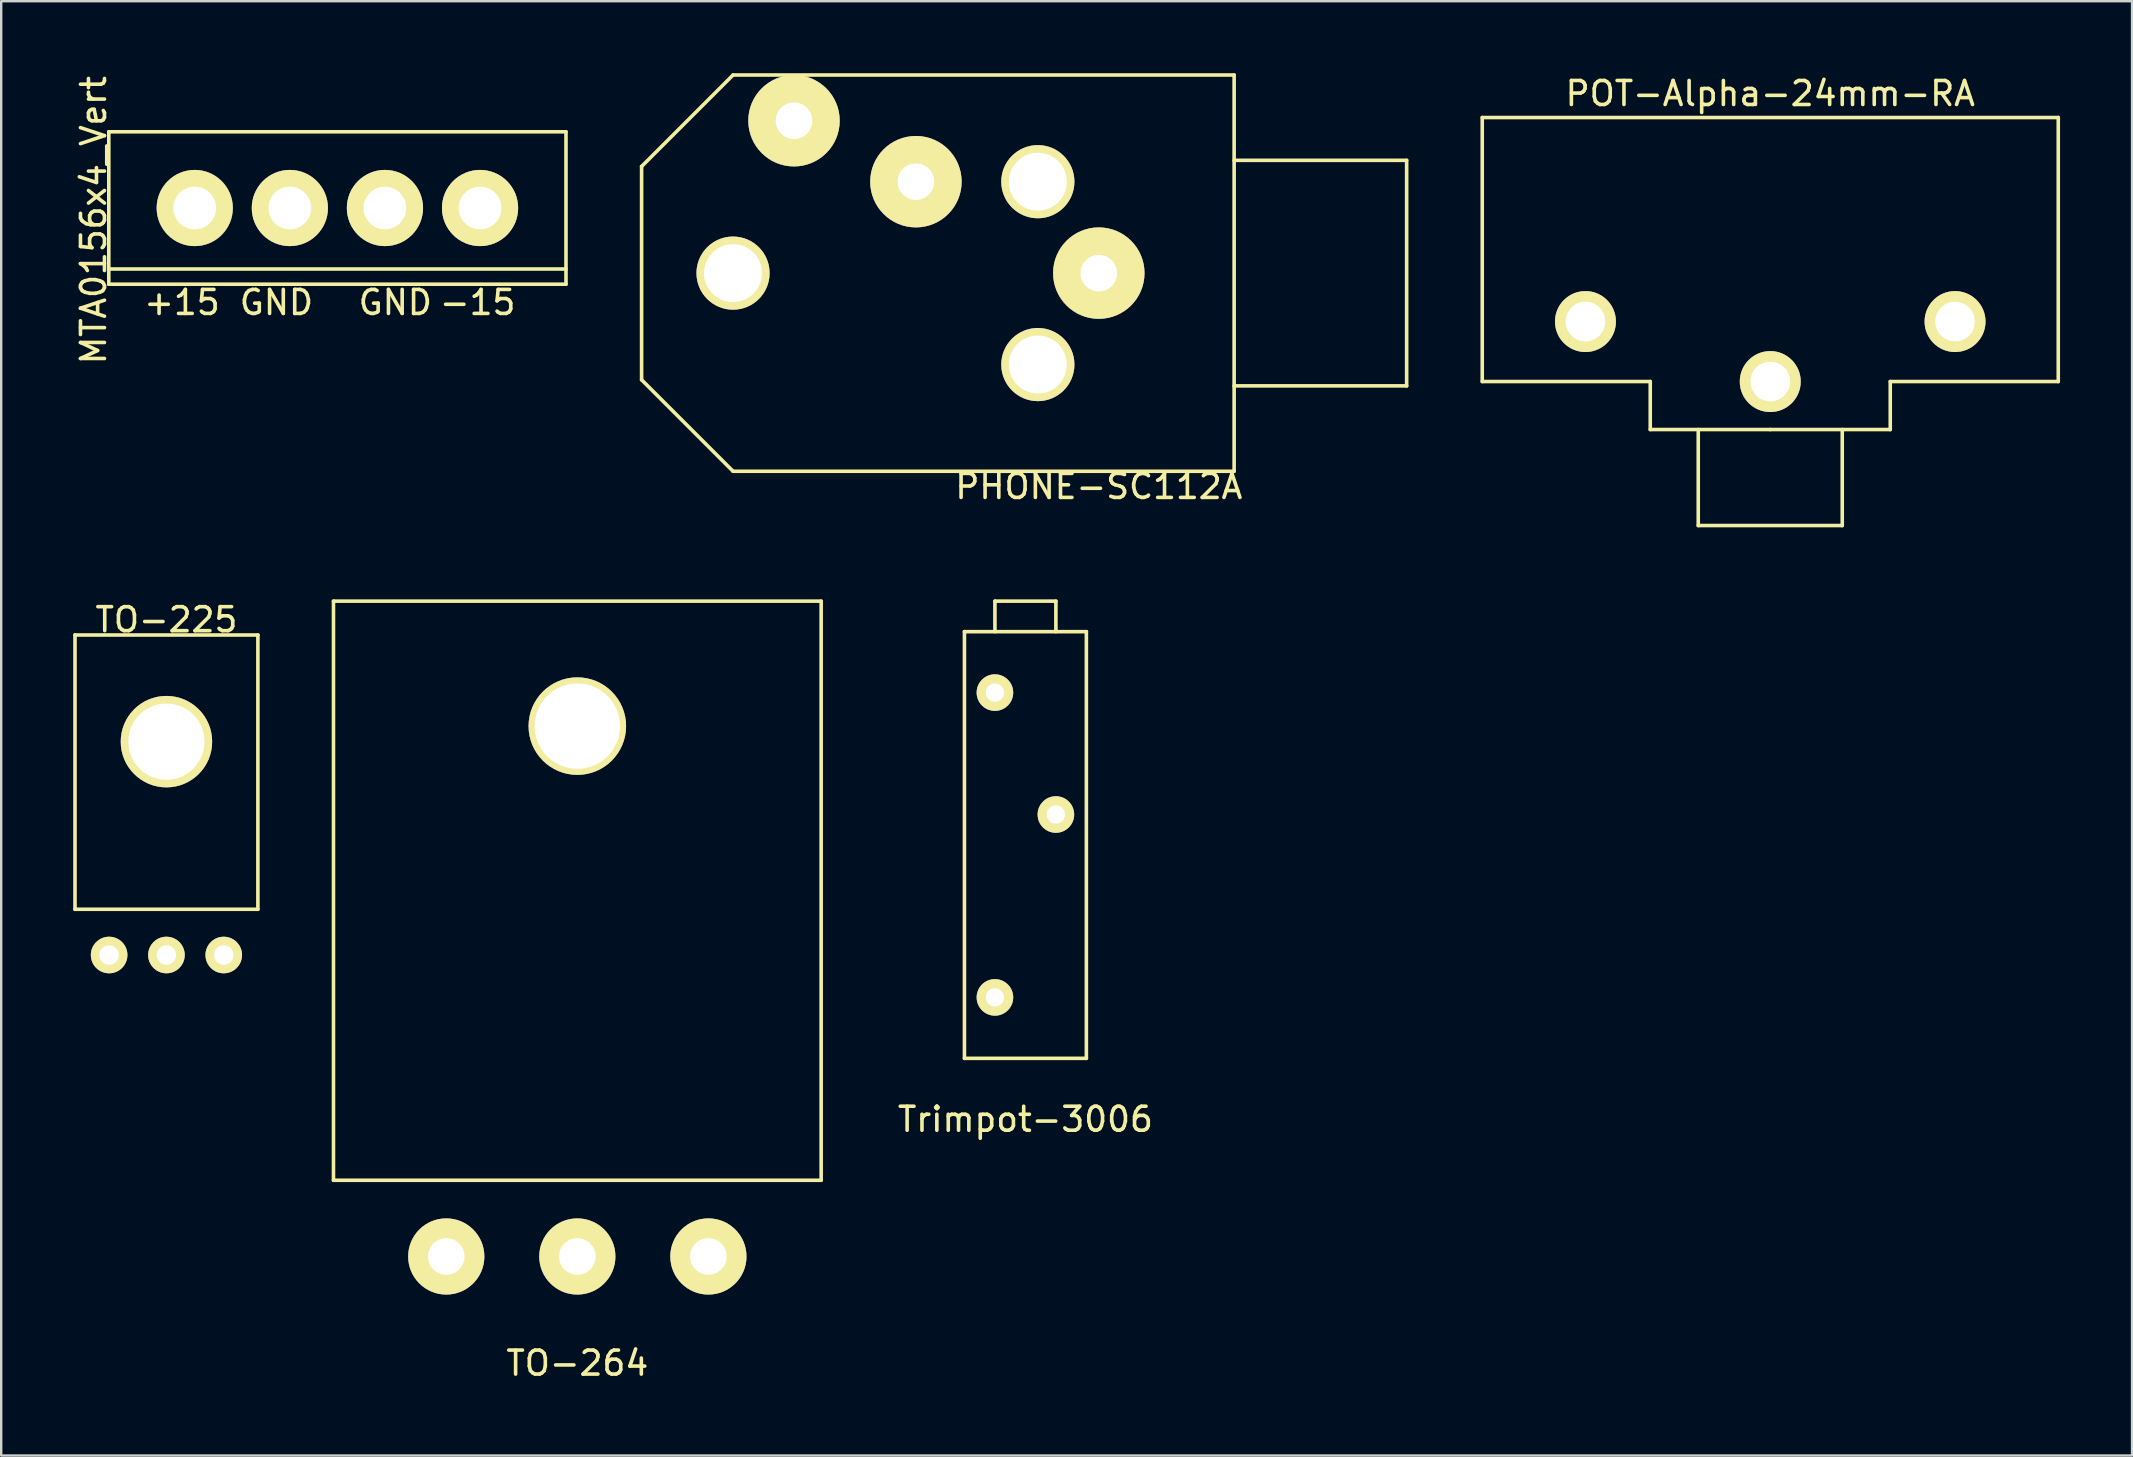
<source format=kicad_pcb>
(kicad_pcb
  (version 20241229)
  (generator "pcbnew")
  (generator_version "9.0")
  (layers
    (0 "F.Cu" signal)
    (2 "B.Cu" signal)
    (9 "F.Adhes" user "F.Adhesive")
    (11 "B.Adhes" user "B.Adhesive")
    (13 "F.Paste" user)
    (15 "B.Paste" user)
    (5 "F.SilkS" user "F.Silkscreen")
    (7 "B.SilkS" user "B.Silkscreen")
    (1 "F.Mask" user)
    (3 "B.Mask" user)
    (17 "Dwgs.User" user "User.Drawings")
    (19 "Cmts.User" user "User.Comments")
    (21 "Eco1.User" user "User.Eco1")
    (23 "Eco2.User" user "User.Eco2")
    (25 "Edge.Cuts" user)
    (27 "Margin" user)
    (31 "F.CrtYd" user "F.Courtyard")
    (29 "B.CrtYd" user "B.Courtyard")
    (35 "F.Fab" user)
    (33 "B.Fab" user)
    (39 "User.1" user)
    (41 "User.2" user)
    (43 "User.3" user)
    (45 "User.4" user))
  (footprint "PHONE-SC112A"
    (layer "F.Cu")
    (at 48.372 8.33)
    (property "Reference" "PHONE-SC112A" (at -5.639 8.89 0) (layer "F.SilkS") (effects (font (size 1 1) (thickness 0.15))))
    (attr through_hole)
    (fp_line (start -24.689 -4.445) (end -20.879 -8.255) (stroke (width 0.15) (type solid)) (layer "F.SilkS"))
    (fp_line (start -24.689 4.445) (end -24.689 -4.445) (stroke (width 0.15) (type solid)) (layer "F.SilkS"))
    (fp_line (start -20.879 -8.255) (end 0 -8.255) (stroke (width 0.15) (type solid)) (layer "F.SilkS"))
    (fp_line (start -20.879 8.255) (end -24.689 4.445) (stroke (width 0.15) (type solid)) (layer "F.SilkS"))
    (fp_line (start 0 -8.255) (end 0 8.255) (stroke (width 0.15) (type solid)) (layer "F.SilkS"))
    (fp_line (start 0 -4.699) (end 7.188 -4.699) (stroke (width 0.15) (type solid)) (layer "F.SilkS"))
    (fp_line (start 0 8.255) (end -20.879 8.255) (stroke (width 0.15) (type solid)) (layer "F.SilkS"))
    (fp_line (start 7.188 -4.699) (end 7.188 4.699) (stroke (width 0.15) (type solid)) (layer "F.SilkS"))
    (fp_line (start 7.188 4.699) (end 0 4.699) (stroke (width 0.15) (type solid)) (layer "F.SilkS"))
    (pad "" thru_hole circle (at -20.879 0) (size 3.048 3.048) (drill 2.413) (layers "*.Cu" "*.Mask" "F.SilkS"))
    (pad "" thru_hole circle (at -8.179 -3.81) (size 3.048 3.048) (drill 2.413) (layers "*.Cu" "*.Mask" "F.SilkS"))
    (pad "" thru_hole circle (at -8.179 3.81) (size 3.048 3.048) (drill 2.413) (layers "*.Cu" "*.Mask" "F.SilkS"))
    (pad "1" thru_hole circle (at -5.639 0) (size 3.81 3.81) (drill 1.524) (layers "*.Cu" "*.Mask" "F.SilkS"))
    (pad "2" thru_hole circle (at -13.259 -3.81) (size 3.81 3.81) (drill 1.524) (layers "*.Cu" "*.Mask" "F.SilkS"))
    (pad "3" thru_hole circle (at -18.339 -6.35) (size 3.81 3.81) (drill 1.524) (layers "*.Cu" "*.Mask" "F.SilkS")))
  (footprint "TO-225"
    (layer "F.Cu")
    (at 3.885 36.742)
    (property "Reference" "TO-225" (at 0 -13.97 0) (layer "F.SilkS") (effects (font (size 1 1) (thickness 0.15))))
    (attr through_hole)
    (fp_line (start -3.81 -13.335) (end -3.81 -1.905) (stroke (width 0.15) (type solid)) (layer "F.SilkS"))
    (fp_line (start -3.81 -1.905) (end 3.81 -1.905) (stroke (width 0.15) (type solid)) (layer "F.SilkS"))
    (fp_line (start 3.81 -13.335) (end -3.81 -13.335) (stroke (width 0.15) (type solid)) (layer "F.SilkS"))
    (fp_line (start 3.81 -1.905) (end 3.81 -13.335) (stroke (width 0.15) (type solid)) (layer "F.SilkS"))
    (pad "" thru_hole circle (at 0 -8.89) (size 3.81 3.81) (drill 3.175) (layers "*.Cu" "*.Mask" "F.SilkS"))
    (pad "1" thru_hole circle (at -2.388 0) (size 1.524 1.524) (drill 0.813) (layers "*.Cu" "*.Mask" "F.SilkS"))
    (pad "2" thru_hole circle (at 0 0) (size 1.524 1.524) (drill 0.813) (layers "*.Cu" "*.Mask" "F.SilkS"))
    (pad "3" thru_hole circle (at 2.388 0) (size 1.524 1.524) (drill 0.813) (layers "*.Cu" "*.Mask" "F.SilkS")))
  (footprint "TO-264"
    (layer "F.Cu")
    (at 21.005 49.303)
    (property "Reference" "TO-264" (at 0 4.445 0) (layer "F.SilkS") (effects (font (size 1 1) (thickness 0.15))))
    (attr through_hole)
    (fp_line (start -10.16 -27.305) (end -10.16 -3.175) (stroke (width 0.15) (type solid)) (layer "F.SilkS"))
    (fp_line (start -10.16 -3.175) (end 10.16 -3.175) (stroke (width 0.15) (type solid)) (layer "F.SilkS"))
    (fp_line (start 10.16 -27.305) (end -10.16 -27.305) (stroke (width 0.15) (type solid)) (layer "F.SilkS"))
    (fp_line (start 10.16 -3.175) (end 10.16 -27.305) (stroke (width 0.15) (type solid)) (layer "F.SilkS"))
    (pad "" thru_hole circle (at 0 -22.098) (size 4.064 4.064) (drill 3.556) (layers "*.Cu" "*.Mask" "F.SilkS"))
    (pad "1" thru_hole circle (at -5.461 0) (size 3.175 3.175) (drill 1.524) (layers "*.Cu" "*.Mask" "F.SilkS"))
    (pad "2" thru_hole circle (at 0 0) (size 3.175 3.175) (drill 1.524) (layers "*.Cu" "*.Mask" "F.SilkS"))
    (pad "3" thru_hole circle (at 5.461 0) (size 3.175 3.175) (drill 1.524) (layers "*.Cu" "*.Mask" "F.SilkS")))
  (footprint "MTA0156x4_Vert"
    (layer "F.Cu")
    (at 11.008 5.617)
    (property "Reference" "MTA0156x4_Vert" (at -10.16 0.508 90) (layer "F.SilkS") (effects (font (size 1 1) (thickness 0.15))))
    (attr through_hole)
    (fp_line (start -9.525 -3.175) (end -9.525 3.175) (stroke (width 0.15) (type solid)) (layer "F.SilkS"))
    (fp_line (start -9.525 2.54) (end 9.525 2.54) (stroke (width 0.15) (type solid)) (layer "F.SilkS"))
    (fp_line (start -9.525 3.175) (end 9.525 3.175) (stroke (width 0.15) (type solid)) (layer "F.SilkS"))
    (fp_line (start 9.525 -3.175) (end -9.525 -3.175) (stroke (width 0.15) (type solid)) (layer "F.SilkS"))
    (fp_line (start 9.525 3.175) (end 9.525 -3.175) (stroke (width 0.15) (type solid)) (layer "F.SilkS"))
    (fp_text user "GND" (at -2.54 3.937 0) (layer "F.SilkS") (effects (font (size 1 1) (thickness 0.15))))
    (fp_text user "+15" (at -6.477 3.937 0) (layer "F.SilkS") (effects (font (size 1 1) (thickness 0.15))))
    (fp_text user "-15" (at 5.842 3.937 0) (layer "F.SilkS") (effects (font (size 1 1) (thickness 0.15))))
    (fp_text user "GND" (at 2.413 3.937 0) (layer "F.SilkS") (effects (font (size 1 1) (thickness 0.15))))
    (pad "1" thru_hole circle (at -5.944 0) (size 3.175 3.175) (drill 1.778) (layers "*.Cu" "*.Mask" "F.SilkS"))
    (pad "2" thru_hole circle (at -1.981 0) (size 3.175 3.175) (drill 1.778) (layers "*.Cu" "*.Mask" "F.SilkS"))
    (pad "3" thru_hole circle (at 1.981 0) (size 3.175 3.175) (drill 1.778) (layers "*.Cu" "*.Mask" "F.SilkS"))
    (pad "4" thru_hole circle (at 5.944 0) (size 3.175 3.175) (drill 1.778) (layers "*.Cu" "*.Mask" "F.SilkS")))
  (footprint "POT-Alpha-24mm-RA"
    (layer "F.Cu")
    (at 70.71 14.848)
    (property "Reference" "POT-Alpha-24mm-RA" (at 0 -14 0) (layer "F.SilkS") (effects (font (size 1 1) (thickness 0.15))))
    (attr through_hole)
    (fp_line (start -12 -13) (end 12 -13) (stroke (width 0.15) (type solid)) (layer "F.SilkS"))
    (fp_line (start -12 -2) (end -12 -13) (stroke (width 0.15) (type solid)) (layer "F.SilkS"))
    (fp_line (start -5 -2) (end -12 -2) (stroke (width 0.15) (type solid)) (layer "F.SilkS"))
    (fp_line (start -5 0) (end -5 -2) (stroke (width 0.15) (type solid)) (layer "F.SilkS"))
    (fp_line (start -3 4) (end -3 0) (stroke (width 0.15) (type solid)) (layer "F.SilkS"))
    (fp_line (start 0 0) (end -5 0) (stroke (width 0.15) (type solid)) (layer "F.SilkS"))
    (fp_line (start 0 0) (end 5 0) (stroke (width 0.15) (type solid)) (layer "F.SilkS"))
    (fp_line (start 3 0) (end 3 4) (stroke (width 0.15) (type solid)) (layer "F.SilkS"))
    (fp_line (start 3 4) (end -3 4) (stroke (width 0.15) (type solid)) (layer "F.SilkS"))
    (fp_line (start 5 0) (end 5 -2) (stroke (width 0.15) (type solid)) (layer "F.SilkS"))
    (fp_line (start 12 -13) (end 12 -2) (stroke (width 0.15) (type solid)) (layer "F.SilkS"))
    (fp_line (start 12 -2) (end 5 -2) (stroke (width 0.15) (type solid)) (layer "F.SilkS"))
    (pad "1" thru_hole circle (at -7.7 -4.5) (size 2.54 2.54) (drill 1.651) (layers "*.Cu" "*.Mask" "F.SilkS"))
    (pad "2" thru_hole circle (at 0 -2) (size 2.54 2.54) (drill 1.651) (layers "*.Cu" "*.Mask" "F.SilkS"))
    (pad "3" thru_hole circle (at 7.7 -4.5) (size 2.54 2.54) (drill 1.651) (layers "*.Cu" "*.Mask" "F.SilkS")))
  (footprint "Trimpot-3006"
    (layer "F.Cu")
    (at 39.675 33.428)
    (property "Reference" "Trimpot-3006" (at 0 10.16 0) (layer "F.SilkS") (effects (font (size 1 1) (thickness 0.15))))
    (attr through_hole)
    (fp_line (start -2.54 -10.16) (end 2.54 -10.16) (stroke (width 0.15) (type solid)) (layer "F.SilkS"))
    (fp_line (start -2.54 7.62) (end -2.54 -10.16) (stroke (width 0.15) (type solid)) (layer "F.SilkS"))
    (fp_line (start -1.27 -11.43) (end 1.27 -11.43) (stroke (width 0.15) (type solid)) (layer "F.SilkS"))
    (fp_line (start -1.27 -10.16) (end -1.27 -11.43) (stroke (width 0.15) (type solid)) (layer "F.SilkS"))
    (fp_line (start 1.27 -11.43) (end 1.27 -10.16) (stroke (width 0.15) (type solid)) (layer "F.SilkS"))
    (fp_line (start 2.54 -10.16) (end 2.54 7.62) (stroke (width 0.15) (type solid)) (layer "F.SilkS"))
    (fp_line (start 2.54 7.62) (end -2.54 7.62) (stroke (width 0.15) (type solid)) (layer "F.SilkS"))
    (pad "1" thru_hole circle (at -1.27 -7.62) (size 1.524 1.524) (drill 0.762) (layers "*.Cu" "*.Mask" "F.SilkS"))
    (pad "2" thru_hole circle (at 1.27 -2.54) (size 1.524 1.524) (drill 0.762) (layers "*.Cu" "*.Mask" "F.SilkS"))
    (pad "3" thru_hole circle (at -1.27 5.08) (size 1.524 1.524) (drill 0.762) (layers "*.Cu" "*.Mask" "F.SilkS")))
  (gr_rect
    (start -3 -3)
    (end 85.785 57.596)
    (stroke (width 0.1) (type default))
    (fill no)
    (layer "Edge.Cuts")))
</source>
